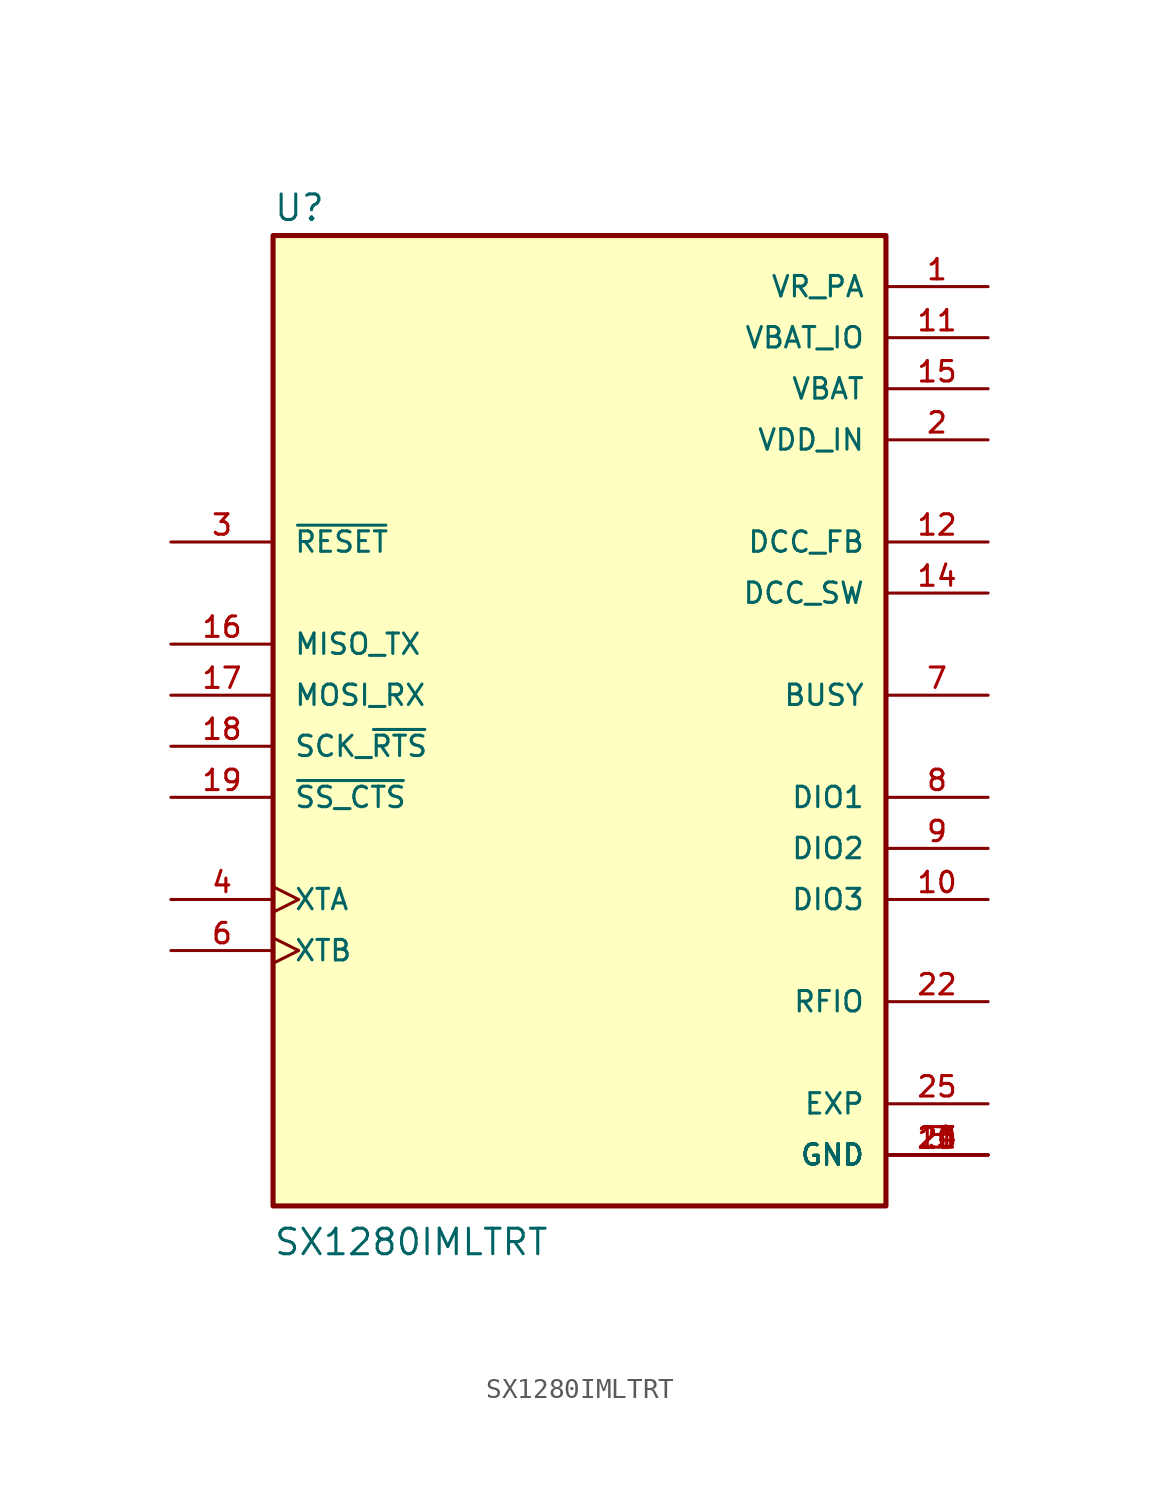
<source format=kicad_sym>
(kicad_symbol_lib
  (version 20241209)
  (generator "kicad_symbol_editor")
  (generator_version "9.0")
  (symbol "SX1280IMLTRT"
    (pin_names
      (offset 1.016))
    (property "Reference" "U"
      (at -15.24 23.495 0)
      (effects (font (size 1.27 1.27)) (justify left bottom)))
    (property "Value" "SX1280IMLTRT"
      (at -15.24 -27.94 0)
      (effects (font (size 1.27 1.27)) (justify left bottom)))
    (symbol "SX1280IMLTRT_0_0"
      (rectangle (start -15.24 -25.4) (end 15.24 22.86) (stroke (width 0.254) (type default)) (fill (type background)))
      (pin input line (at -20.32 7.62 0) (length 5.08) (name "~{RESET}" (effects (font (size 1.016 1.016)))) (number "3" (effects (font (size 1.016 1.016)))))
      (pin output line (at -20.32 2.54 0) (length 5.08) (name "MISO_TX" (effects (font (size 1.016 1.016)))) (number "16" (effects (font (size 1.016 1.016)))))
      (pin input line (at -20.32 0 0) (length 5.08) (name "MOSI_RX" (effects (font (size 1.016 1.016)))) (number "17" (effects (font (size 1.016 1.016)))))
      (pin input line (at -20.32 -2.54 0) (length 5.08) (name "SCK_~{RTS}" (effects (font (size 1.016 1.016)))) (number "18" (effects (font (size 1.016 1.016)))))
      (pin input line (at -20.32 -5.08 0) (length 5.08) (name "~{SS_CTS}" (effects (font (size 1.016 1.016)))) (number "19" (effects (font (size 1.016 1.016)))))
      (pin input clock (at -20.32 -10.16 0) (length 5.08) (name "XTA" (effects (font (size 1.016 1.016)))) (number "4" (effects (font (size 1.016 1.016)))))
      (pin passive clock (at -20.32 -12.7 0) (length 5.08) (name "XTB" (effects (font (size 1.016 1.016)))) (number "6" (effects (font (size 1.016 1.016)))))
      (pin power_in line (at 20.32 20.32 180) (length 5.08) (name "VR_PA" (effects (font (size 1.016 1.016)))) (number "1" (effects (font (size 1.016 1.016)))))
      (pin power_in line (at 20.32 17.78 180) (length 5.08) (name "VBAT_IO" (effects (font (size 1.016 1.016)))) (number "11" (effects (font (size 1.016 1.016)))))
      (pin power_in line (at 20.32 15.24 180) (length 5.08) (name "VBAT" (effects (font (size 1.016 1.016)))) (number "15" (effects (font (size 1.016 1.016)))))
      (pin power_in line (at 20.32 12.7 180) (length 5.08) (name "VDD_IN" (effects (font (size 1.016 1.016)))) (number "2" (effects (font (size 1.016 1.016)))))
      (pin output line (at 20.32 7.62 180) (length 5.08) (name "DCC_FB" (effects (font (size 1.016 1.016)))) (number "12" (effects (font (size 1.016 1.016)))))
      (pin output line (at 20.32 5.08 180) (length 5.08) (name "DCC_SW" (effects (font (size 1.016 1.016)))) (number "14" (effects (font (size 1.016 1.016)))))
      (pin output line (at 20.32 0 180) (length 5.08) (name "BUSY" (effects (font (size 1.016 1.016)))) (number "7" (effects (font (size 1.016 1.016)))))
      (pin bidirectional line (at 20.32 -5.08 180) (length 5.08) (name "DIO1" (effects (font (size 1.016 1.016)))) (number "8" (effects (font (size 1.016 1.016)))))
      (pin bidirectional line (at 20.32 -7.62 180) (length 5.08) (name "DIO2" (effects (font (size 1.016 1.016)))) (number "9" (effects (font (size 1.016 1.016)))))
      (pin bidirectional line (at 20.32 -10.16 180) (length 5.08) (name "DIO3" (effects (font (size 1.016 1.016)))) (number "10" (effects (font (size 1.016 1.016)))))
      (pin bidirectional line (at 20.32 -15.24 180) (length 5.08) (name "RFIO" (effects (font (size 1.016 1.016)))) (number "22" (effects (font (size 1.016 1.016)))))
      (pin power_in line (at 20.32 -20.32 180) (length 5.08) (name "EXP" (effects (font (size 1.016 1.016)))) (number "25" (effects (font (size 1.016 1.016)))))
      (pin power_in line (at 20.32 -22.86 180) (length 5.08) (name "GND" (effects (font (size 1.016 1.016)))) (number "13" (effects (font (size 1.016 1.016)))))
      (pin power_in line (at 20.32 -22.86 180) (length 5.08) (name "GND" (effects (font (size 1.016 1.016)))) (number "20" (effects (font (size 1.016 1.016)))))
      (pin power_in line (at 20.32 -22.86 180) (length 5.08) (name "GND" (effects (font (size 1.016 1.016)))) (number "21" (effects (font (size 1.016 1.016)))))
      (pin power_in line (at 20.32 -22.86 180) (length 5.08) (name "GND" (effects (font (size 1.016 1.016)))) (number "23" (effects (font (size 1.016 1.016)))))
      (pin power_in line (at 20.32 -22.86 180) (length 5.08) (name "GND" (effects (font (size 1.016 1.016)))) (number "24" (effects (font (size 1.016 1.016)))))
      (pin power_in line (at 20.32 -22.86 180) (length 5.08) (name "GND" (effects (font (size 1.016 1.016)))) (number "5" (effects (font (size 1.016 1.016))))))))
</source>
